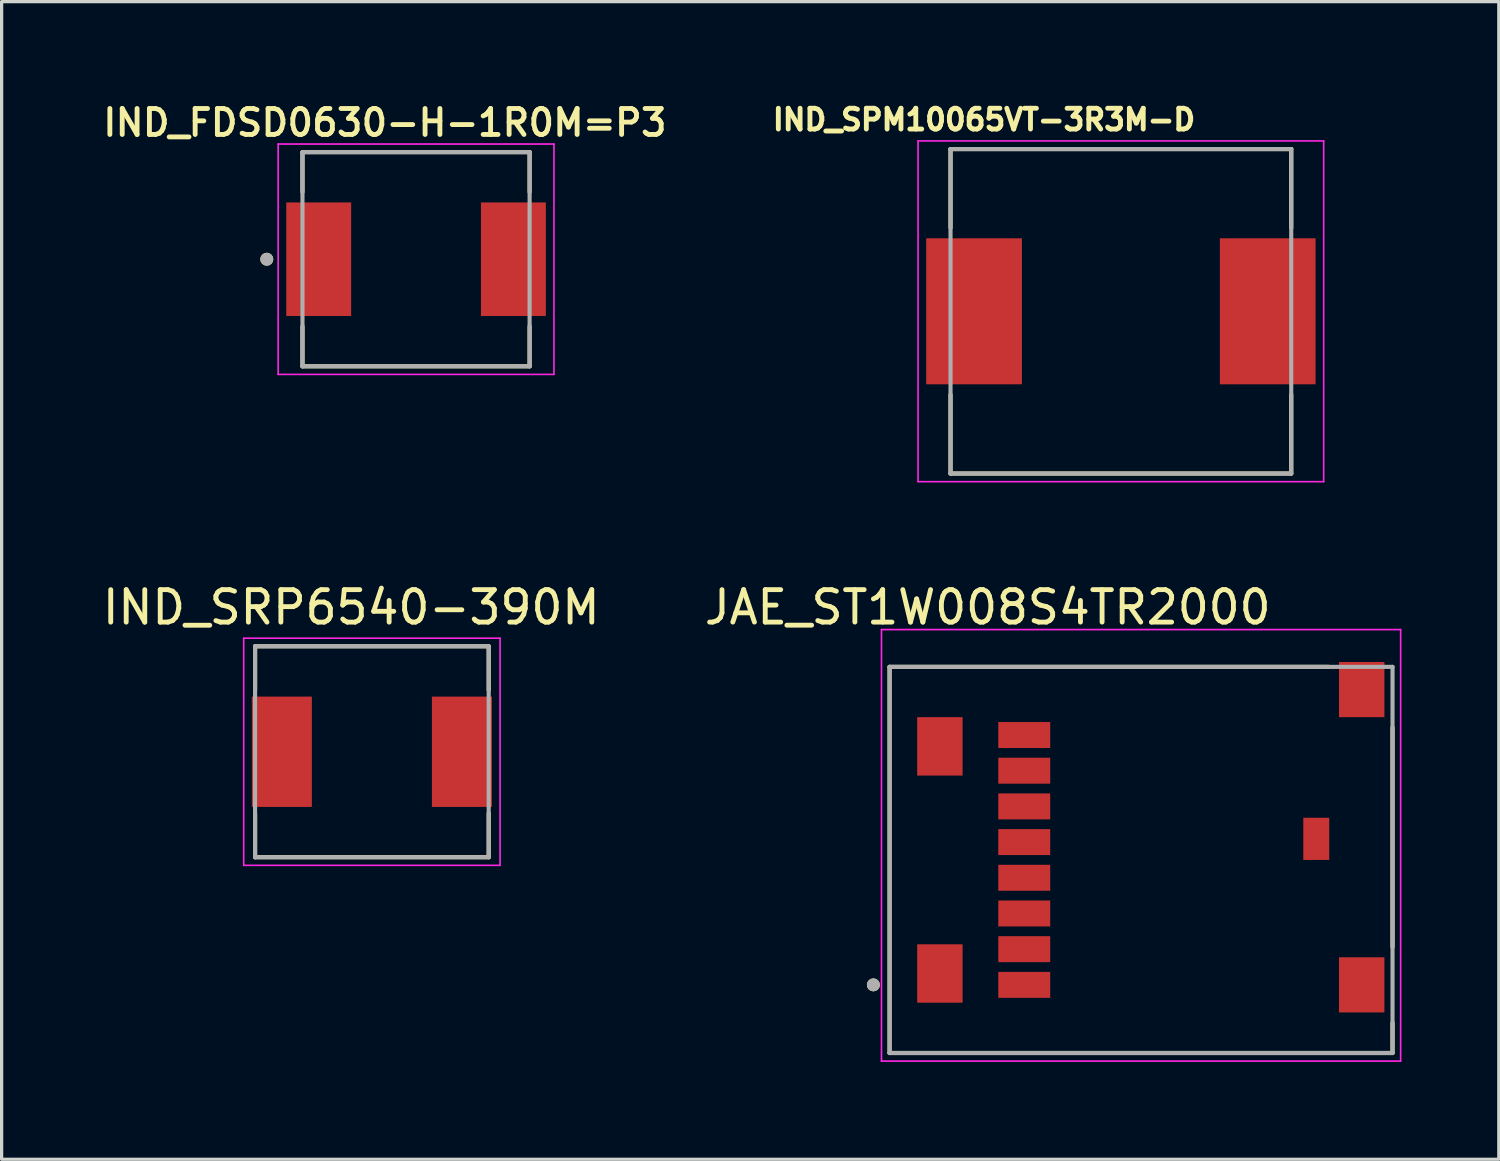
<source format=kicad_pcb>
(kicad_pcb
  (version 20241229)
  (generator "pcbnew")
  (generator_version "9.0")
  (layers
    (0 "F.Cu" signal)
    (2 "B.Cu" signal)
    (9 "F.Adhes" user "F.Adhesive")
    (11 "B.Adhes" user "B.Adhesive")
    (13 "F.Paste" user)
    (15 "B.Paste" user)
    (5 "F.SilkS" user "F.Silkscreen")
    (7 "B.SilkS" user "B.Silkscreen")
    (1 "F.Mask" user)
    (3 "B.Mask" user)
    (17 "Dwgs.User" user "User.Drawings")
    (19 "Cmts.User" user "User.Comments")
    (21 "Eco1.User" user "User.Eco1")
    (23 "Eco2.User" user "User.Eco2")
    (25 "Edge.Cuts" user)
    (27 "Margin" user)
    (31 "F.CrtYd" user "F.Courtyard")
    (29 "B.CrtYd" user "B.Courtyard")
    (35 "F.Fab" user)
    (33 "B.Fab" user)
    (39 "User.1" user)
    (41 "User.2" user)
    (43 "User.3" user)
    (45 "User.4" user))
  (footprint "JAE_ST1W008S4TR2000"
    (layer "F.Cu")
    (at 32.266 23.452)
    (property "Reference" "JAE_ST1W008S4TR2000" (at -4.875 -7.785 0) (layer "F.SilkS") (effects (font (size 1 1) (thickness 0.15))))
    (attr smd)
    (fp_line (start -7.9 -5.95) (end 5.63 -5.95) (stroke (width 0.127) (type solid)) (layer "F.SilkS"))
    (fp_line (start -7.9 5.95) (end -7.9 -5.95) (stroke (width 0.127) (type solid)) (layer "F.SilkS"))
    (fp_line (start 7.6 -4.08) (end 7.6 2.68) (stroke (width 0.127) (type solid)) (layer "F.SilkS"))
    (fp_line (start 7.6 5.02) (end 7.6 5.95) (stroke (width 0.127) (type solid)) (layer "F.SilkS"))
    (fp_line (start 7.6 5.95) (end -7.9 5.95) (stroke (width 0.127) (type solid)) (layer "F.SilkS"))
    (fp_circle (center -8.4 3.85) (end -8.3 3.85) (stroke (width 0.2) (type solid)) (fill no) (layer "F.SilkS"))
    (fp_line (start -8.15 -7.1) (end 7.85 -7.1) (stroke (width 0.05) (type solid)) (layer "F.CrtYd"))
    (fp_line (start -8.15 6.2) (end -8.15 -7.1) (stroke (width 0.05) (type solid)) (layer "F.CrtYd"))
    (fp_line (start 7.85 -7.1) (end 7.85 6.2) (stroke (width 0.05) (type solid)) (layer "F.CrtYd"))
    (fp_line (start 7.85 6.2) (end -8.15 6.2) (stroke (width 0.05) (type solid)) (layer "F.CrtYd"))
    (fp_line (start -7.9 -5.95) (end 7.6 -5.95) (stroke (width 0.127) (type solid)) (layer "F.Fab"))
    (fp_line (start -7.9 5.95) (end -7.9 -5.95) (stroke (width 0.127) (type solid)) (layer "F.Fab"))
    (fp_line (start 7.6 -5.95) (end 7.6 5.95) (stroke (width 0.127) (type solid)) (layer "F.Fab"))
    (fp_line (start 7.6 5.95) (end -7.9 5.95) (stroke (width 0.127) (type solid)) (layer "F.Fab"))
    (fp_circle (center -8.4 3.85) (end -8.3 3.85) (stroke (width 0.2) (type solid)) (fill no) (layer "F.Fab"))
    (pad "C1" smd rect (at -3.75 3.85) (size 1.6 0.8) (layers "F.Cu" "F.Mask" "F.Paste"))
    (pad "C2" smd rect (at -3.75 2.75) (size 1.6 0.8) (layers "F.Cu" "F.Mask" "F.Paste"))
    (pad "C3" smd rect (at -3.75 1.65) (size 1.6 0.8) (layers "F.Cu" "F.Mask" "F.Paste"))
    (pad "C4" smd rect (at -3.75 0.55) (size 1.6 0.8) (layers "F.Cu" "F.Mask" "F.Paste"))
    (pad "C5" smd rect (at -3.75 -0.55) (size 1.6 0.8) (layers "F.Cu" "F.Mask" "F.Paste"))
    (pad "C6" smd rect (at -3.75 -1.65) (size 1.6 0.8) (layers "F.Cu" "F.Mask" "F.Paste"))
    (pad "C7" smd rect (at -3.75 -2.75) (size 1.6 0.8) (layers "F.Cu" "F.Mask" "F.Paste"))
    (pad "C8" smd rect (at -3.75 -3.85) (size 1.6 0.8) (layers "F.Cu" "F.Mask" "F.Paste"))
    (pad "GND1" smd rect (at -6.35 3.5) (size 1.4 1.8) (layers "F.Cu" "F.Mask" "F.Paste"))
    (pad "GND2" smd rect (at -6.35 -3.5) (size 1.4 1.8) (layers "F.Cu" "F.Mask" "F.Paste"))
    (pad "GND3" smd rect (at 6.65 -5.25) (size 1.4 1.7) (layers "F.Cu" "F.Mask" "F.Paste"))
    (pad "GND4" smd rect (at 6.65 3.85) (size 1.4 1.7) (layers "F.Cu" "F.Mask" "F.Paste"))
    (pad "SW" smd rect (at 5.25 -0.65) (size 0.8 1.3) (layers "F.Cu" "F.Mask" "F.Paste"))
    (zone (net_name "") (layer "F.Cu") (hatch full 0.508) (connect_pads) (min_thickness 0.01) (filled_areas_thickness no) (keepout (tracks not_allowed) (vias not_allowed) (pads not_allowed) (copperpour not_allowed) (footprints allowed)) (placement (enabled no)) (fill) (polygon (pts (xy 40.066 19.052) (xy 40.066 22.752) (xy 37.916 22.752) (xy 37.916 22.152) (xy 37.116 22.152) (xy 37.116 23.452) (xy 37.916 23.452) (xy 37.916 22.762) (xy 40.066 22.762) (xy 40.066 26.452) (xy 38.216 26.452) (xy 38.216 28.102) (xy 35.216 28.102) (xy 33.216 28.702) (xy 33.216 29.402) (xy 24.066 29.402) (xy 24.066 24.952) (xy 25.866 24.952) (xy 25.866 26.052) (xy 25.216 26.052) (xy 25.216 27.852) (xy 30.066 27.852) (xy 30.066 19.052) (xy 25.216 19.052) (xy 25.216 20.852) (xy 25.866 20.852) (xy 25.866 21.952) (xy 24.066 21.952) (xy 24.066 17.402) (xy 34.716 17.402) (xy 38.216 17.402) (xy 38.216 19.052))))
    (zone (net_name "") (layers "F.Cu" "B.Cu") (hatch full 0.508) (connect_pads) (min_thickness 0.01) (filled_areas_thickness no) (keepout (tracks allowed) (vias not_allowed) (pads allowed) (copperpour allowed) (footprints allowed)) (placement (enabled no)) (fill) (polygon (pts (xy 40.066 19.052) (xy 40.066 22.752) (xy 37.916 22.752) (xy 37.916 22.152) (xy 37.116 22.152) (xy 37.116 23.452) (xy 37.916 23.452) (xy 37.916 22.762) (xy 40.066 22.762) (xy 40.066 26.452) (xy 38.216 26.452) (xy 38.216 28.102) (xy 35.216 28.102) (xy 33.216 28.702) (xy 33.216 29.402) (xy 24.066 29.402) (xy 24.066 24.952) (xy 25.866 24.952) (xy 25.866 26.052) (xy 25.216 26.052) (xy 25.216 27.852) (xy 30.066 27.852) (xy 30.066 19.052) (xy 25.216 19.052) (xy 25.216 20.852) (xy 25.866 20.852) (xy 25.866 21.952) (xy 24.066 21.952) (xy 24.066 17.402) (xy 34.716 17.402) (xy 38.216 17.402) (xy 38.216 19.052)))))
  (footprint "IND_SPM10065VT-3R3M-D"
    (layer "F.Cu")
    (at 31.494 6.544)
    (property "Reference" "IND_SPM10065VT-3R3M-D" (at -4.218 -5.906 0) (layer "F.SilkS") (effects (font (size 0.64 0.64) (thickness 0.15))))
    (attr smd)
    (fp_line (start -5.25 -5) (end -5.25 -2.57) (stroke (width 0.127) (type solid)) (layer "F.SilkS"))
    (fp_line (start -5.25 -5) (end 5.25 -5) (stroke (width 0.127) (type solid)) (layer "F.SilkS"))
    (fp_line (start -5.25 5) (end -5.25 2.57) (stroke (width 0.127) (type solid)) (layer "F.SilkS"))
    (fp_line (start -5.25 5) (end 5.25 5) (stroke (width 0.127) (type solid)) (layer "F.SilkS"))
    (fp_line (start 5.25 -5) (end 5.25 -2.57) (stroke (width 0.127) (type solid)) (layer "F.SilkS"))
    (fp_line (start 5.25 5) (end 5.25 2.57) (stroke (width 0.127) (type solid)) (layer "F.SilkS"))
    (fp_line (start -6.25 -5.25) (end -6.25 5.25) (stroke (width 0.05) (type solid)) (layer "F.CrtYd"))
    (fp_line (start -6.25 5.25) (end 6.25 5.25) (stroke (width 0.05) (type solid)) (layer "F.CrtYd"))
    (fp_line (start 6.25 -5.25) (end -6.25 -5.25) (stroke (width 0.05) (type solid)) (layer "F.CrtYd"))
    (fp_line (start 6.25 5.25) (end 6.25 -5.25) (stroke (width 0.05) (type solid)) (layer "F.CrtYd"))
    (fp_line (start -5.25 -5) (end -5.25 5) (stroke (width 0.127) (type solid)) (layer "F.Fab"))
    (fp_line (start -5.25 -5) (end 5.25 -5) (stroke (width 0.127) (type solid)) (layer "F.Fab"))
    (fp_line (start -5.25 5) (end 5.25 5) (stroke (width 0.127) (type solid)) (layer "F.Fab"))
    (fp_line (start 5.25 -5) (end 5.25 5) (stroke (width 0.127) (type solid)) (layer "F.Fab"))
    (pad "1" smd rect (at -4.525 0) (size 2.95 4.5) (layers "F.Cu" "F.Mask" "F.Paste"))
    (pad "2" smd rect (at 4.525 0) (size 2.95 4.5) (layers "F.Cu" "F.Mask" "F.Paste")))
  (footprint "IND_FDSD0630-H-1R0M=P3"
    (layer "F.Cu")
    (at 9.772 4.939)
    (property "Reference" "IND_FDSD0630-H-1R0M=P3" (at -0.96 -4.208 0) (layer "F.SilkS") (effects (font (size 0.8 0.8) (thickness 0.15))))
    (attr smd)
    (fp_line (start -3.5 -3.3) (end 3.5 -3.3) (stroke (width 0.127) (type solid)) (layer "F.SilkS"))
    (fp_line (start -3.5 -2.07) (end -3.5 -3.3) (stroke (width 0.127) (type solid)) (layer "F.SilkS"))
    (fp_line (start -3.5 2.07) (end -3.5 3.3) (stroke (width 0.127) (type solid)) (layer "F.SilkS"))
    (fp_line (start -3.5 3.3) (end 3.5 3.3) (stroke (width 0.127) (type solid)) (layer "F.SilkS"))
    (fp_line (start 3.5 -3.3) (end 3.5 -2.07) (stroke (width 0.127) (type solid)) (layer "F.SilkS"))
    (fp_line (start 3.5 3.3) (end 3.5 2.07) (stroke (width 0.127) (type solid)) (layer "F.SilkS"))
    (fp_circle (center -4.6 0) (end -4.5 0) (stroke (width 0.2) (type solid)) (fill no) (layer "F.SilkS"))
    (fp_line (start -4.25 -3.55) (end 4.25 -3.55) (stroke (width 0.05) (type solid)) (layer "F.CrtYd"))
    (fp_line (start -4.25 3.55) (end -4.25 -3.55) (stroke (width 0.05) (type solid)) (layer "F.CrtYd"))
    (fp_line (start 4.25 -3.55) (end 4.25 3.55) (stroke (width 0.05) (type solid)) (layer "F.CrtYd"))
    (fp_line (start 4.25 3.55) (end -4.25 3.55) (stroke (width 0.05) (type solid)) (layer "F.CrtYd"))
    (fp_line (start -3.5 -3.3) (end 3.5 -3.3) (stroke (width 0.127) (type solid)) (layer "F.Fab"))
    (fp_line (start -3.5 3.3) (end -3.5 -3.3) (stroke (width 0.127) (type solid)) (layer "F.Fab"))
    (fp_line (start 3.5 -3.3) (end 3.5 3.3) (stroke (width 0.127) (type solid)) (layer "F.Fab"))
    (fp_line (start 3.5 3.3) (end -3.5 3.3) (stroke (width 0.127) (type solid)) (layer "F.Fab"))
    (fp_circle (center -4.6 0) (end -4.5 0) (stroke (width 0.2) (type solid)) (fill no) (layer "F.Fab"))
    (pad "1" smd rect (at -3 0) (size 2 3.5) (layers "F.Cu" "F.Mask" "F.Paste"))
    (pad "2" smd rect (at 3 0) (size 2 3.5) (layers "F.Cu" "F.Mask" "F.Paste")))
  (footprint "IND_SRP6540-390M"
    (layer "F.Cu")
    (at 8.411 20.118)
    (property "Reference" "IND_SRP6540-390M" (at -0.636 -4.45 0) (layer "F.SilkS") (effects (font (size 1.001 1.001) (thickness 0.15))))
    (attr through_hole)
    (fp_line (start -3.6 -3.25) (end 3.6 -3.25) (stroke (width 0.127) (type solid)) (layer "F.SilkS"))
    (fp_line (start -3.6 -1.9) (end -3.6 -3.25) (stroke (width 0.127) (type solid)) (layer "F.SilkS"))
    (fp_line (start -3.6 3.25) (end -3.6 1.9) (stroke (width 0.127) (type solid)) (layer "F.SilkS"))
    (fp_line (start 3.6 -3.25) (end 3.6 -1.9) (stroke (width 0.127) (type solid)) (layer "F.SilkS"))
    (fp_line (start 3.6 1.9) (end 3.6 3.25) (stroke (width 0.127) (type solid)) (layer "F.SilkS"))
    (fp_line (start 3.6 3.25) (end -3.6 3.25) (stroke (width 0.127) (type solid)) (layer "F.SilkS"))
    (fp_line (start -3.95 -3.5) (end 3.95 -3.5) (stroke (width 0.05) (type solid)) (layer "F.CrtYd"))
    (fp_line (start -3.95 3.5) (end -3.95 -3.5) (stroke (width 0.05) (type solid)) (layer "F.CrtYd"))
    (fp_line (start 3.95 -3.5) (end 3.95 3.5) (stroke (width 0.05) (type solid)) (layer "F.CrtYd"))
    (fp_line (start 3.95 3.5) (end -3.95 3.5) (stroke (width 0.05) (type solid)) (layer "F.CrtYd"))
    (fp_line (start -3.6 -3.25) (end 3.6 -3.25) (stroke (width 0.127) (type solid)) (layer "F.Fab"))
    (fp_line (start -3.6 3.25) (end -3.6 -3.25) (stroke (width 0.127) (type solid)) (layer "F.Fab"))
    (fp_line (start 3.6 -3.25) (end 3.6 3.25) (stroke (width 0.127) (type solid)) (layer "F.Fab"))
    (fp_line (start 3.6 3.25) (end -3.6 3.25) (stroke (width 0.127) (type solid)) (layer "F.Fab"))
    (pad "1" smd rect (at -2.775 0) (size 1.85 3.4) (layers "F.Cu" "F.Mask" "F.Paste"))
    (pad "2" smd rect (at 2.775 0) (size 1.85 3.4) (layers "F.Cu" "F.Mask" "F.Paste")))
  (gr_rect
    (start -3 -3)
    (end 43.141 32.677)
    (stroke (width 0.1) (type default))
    (fill no)
    (layer "Edge.Cuts")))
</source>
